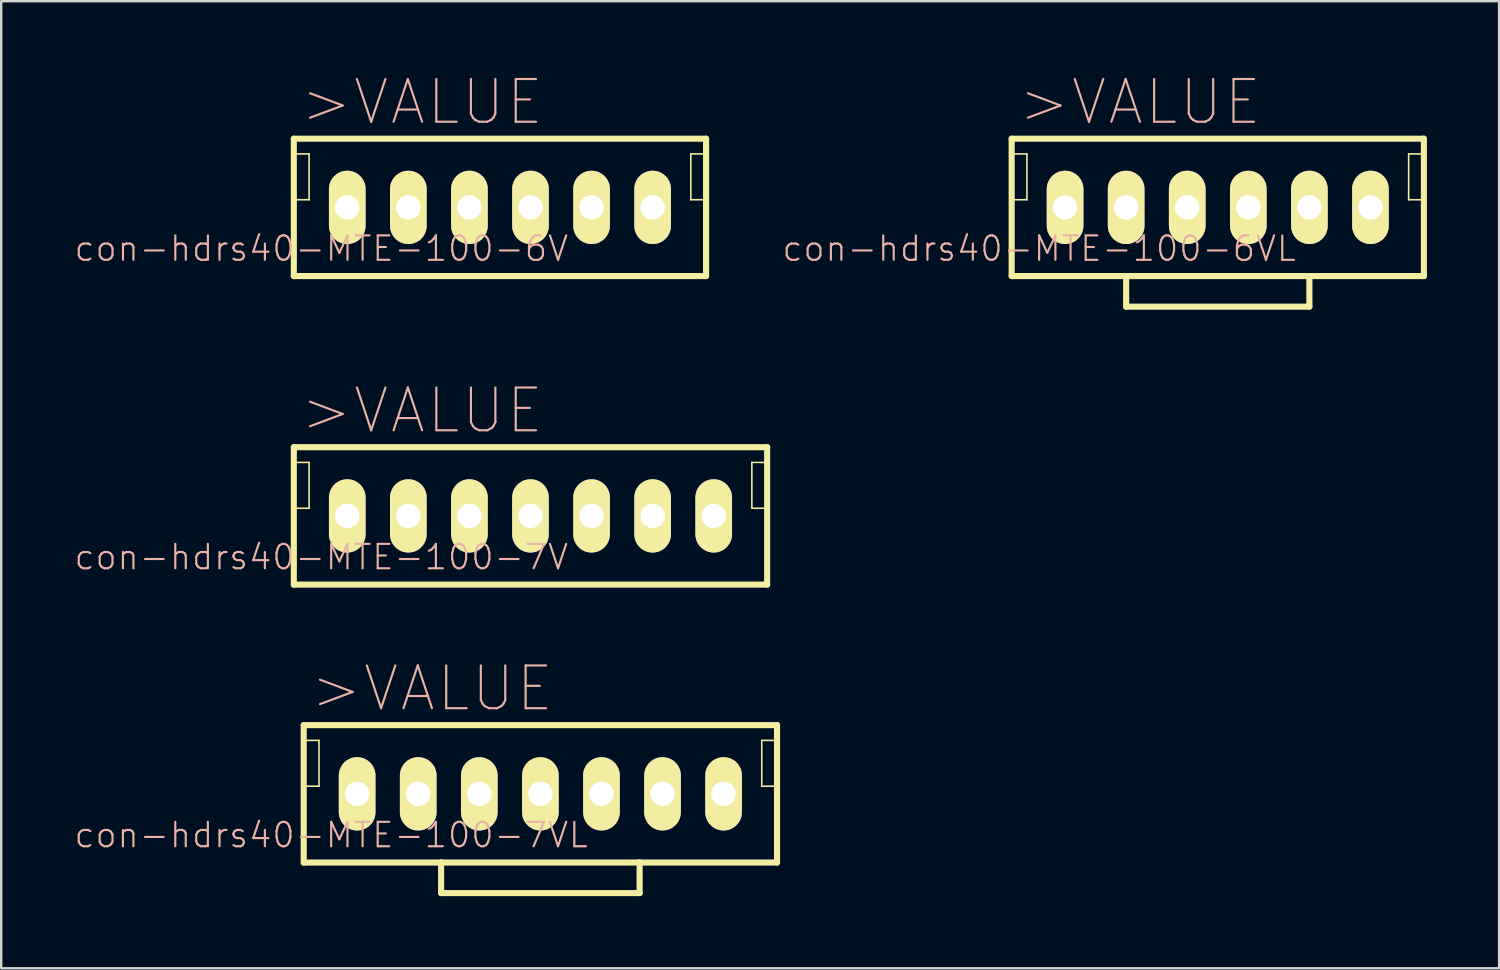
<source format=kicad_pcb>
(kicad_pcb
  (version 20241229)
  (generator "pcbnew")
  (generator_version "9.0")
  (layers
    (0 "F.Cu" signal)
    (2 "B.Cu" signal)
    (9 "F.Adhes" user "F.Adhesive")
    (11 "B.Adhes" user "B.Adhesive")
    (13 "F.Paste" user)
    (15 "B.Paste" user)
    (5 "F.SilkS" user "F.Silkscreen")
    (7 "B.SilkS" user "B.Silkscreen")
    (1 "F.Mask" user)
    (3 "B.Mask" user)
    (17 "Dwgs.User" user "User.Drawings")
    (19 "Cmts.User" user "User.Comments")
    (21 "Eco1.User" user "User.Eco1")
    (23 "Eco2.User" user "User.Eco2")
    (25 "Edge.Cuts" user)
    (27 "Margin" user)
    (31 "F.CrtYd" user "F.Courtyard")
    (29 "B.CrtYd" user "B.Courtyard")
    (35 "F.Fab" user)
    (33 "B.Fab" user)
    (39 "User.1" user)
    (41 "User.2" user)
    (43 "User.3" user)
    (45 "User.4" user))
  (footprint "con-hdrs40-MTE-100-7V"
    (layer "F.Cu")
    (at 19.012 18.405)
    (property "Reference" "con-hdrs40-MTE-100-7V" (at -8.7 1.714 0) (layer "B.SilkS") (effects (font (size 1.016 1.016) (thickness 0.089))))
    (attr exclude_from_pos_files exclude_from_bom)
    (fp_line (start -9.842 -2.857) (end -9.842 2.857) (stroke (width 0.254) (type solid)) (layer "F.SilkS"))
    (fp_line (start -9.842 -2.223) (end -9.207 -2.223) (stroke (width 0.066) (type solid)) (layer "F.SilkS"))
    (fp_line (start -9.842 -0.318) (end -9.842 -2.223) (stroke (width 0.066) (type solid)) (layer "F.SilkS"))
    (fp_line (start -9.842 -0.318) (end -9.207 -0.318) (stroke (width 0.066) (type solid)) (layer "F.SilkS"))
    (fp_line (start -9.842 2.857) (end 9.842 2.857) (stroke (width 0.254) (type solid)) (layer "F.SilkS"))
    (fp_line (start -9.207 -0.318) (end -9.207 -2.223) (stroke (width 0.066) (type solid)) (layer "F.SilkS"))
    (fp_line (start 9.207 -2.223) (end 9.842 -2.223) (stroke (width 0.066) (type solid)) (layer "F.SilkS"))
    (fp_line (start 9.207 -0.318) (end 9.207 -2.223) (stroke (width 0.066) (type solid)) (layer "F.SilkS"))
    (fp_line (start 9.207 -0.318) (end 9.842 -0.318) (stroke (width 0.066) (type solid)) (layer "F.SilkS"))
    (fp_line (start 9.842 -2.857) (end -9.842 -2.857) (stroke (width 0.254) (type solid)) (layer "F.SilkS"))
    (fp_line (start 9.842 -0.318) (end 9.842 -2.223) (stroke (width 0.066) (type solid)) (layer "F.SilkS"))
    (fp_line (start 9.842 2.857) (end 9.842 -2.857) (stroke (width 0.254) (type solid)) (layer "F.SilkS"))
    (fp_text user ">VALUE" (at -4.508 -4.379 0) (layer "B.SilkS") (effects (font (size 1.778 1.778) (thickness 0.089))))
    (pad "1" thru_hole oval (at -7.62 0) (size 1.524 3.048) (drill 1.016) (layers "*.Cu" "F.Mask" "F.SilkS" "F.Paste"))
    (pad "2" thru_hole oval (at -5.08 0) (size 1.524 3.048) (drill 1.016) (layers "*.Cu" "F.Mask" "F.SilkS" "F.Paste"))
    (pad "3" thru_hole oval (at -2.54 0) (size 1.524 3.048) (drill 1.016) (layers "*.Cu" "F.Mask" "F.SilkS" "F.Paste"))
    (pad "4" thru_hole oval (at 0 0) (size 1.524 3.048) (drill 1.016) (layers "*.Cu" "F.Mask" "F.SilkS" "F.Paste"))
    (pad "5" thru_hole oval (at 2.54 0) (size 1.524 3.048) (drill 1.016) (layers "*.Cu" "F.Mask" "F.SilkS" "F.Paste"))
    (pad "6" thru_hole oval (at 5.08 0) (size 1.524 3.048) (drill 1.016) (layers "*.Cu" "F.Mask" "F.SilkS" "F.Paste"))
    (pad "7" thru_hole oval (at 7.62 0) (size 1.524 3.048) (drill 1.016) (layers "*.Cu" "F.Mask" "F.SilkS" "F.Paste")))
  (footprint "con-hdrs40-MTE-100-7VL"
    (layer "F.Cu")
    (at 19.423 29.964)
    (property "Reference" "con-hdrs40-MTE-100-7VL" (at -8.7 1.714 0) (layer "B.SilkS") (effects (font (size 1.016 1.016) (thickness 0.089))))
    (attr exclude_from_pos_files exclude_from_bom)
    (fp_line (start -9.842 -2.857) (end -9.842 2.857) (stroke (width 0.254) (type solid)) (layer "F.SilkS"))
    (fp_line (start -9.842 -2.223) (end -9.207 -2.223) (stroke (width 0.066) (type solid)) (layer "F.SilkS"))
    (fp_line (start -9.842 -0.318) (end -9.842 -2.223) (stroke (width 0.066) (type solid)) (layer "F.SilkS"))
    (fp_line (start -9.842 -0.318) (end -9.207 -0.318) (stroke (width 0.066) (type solid)) (layer "F.SilkS"))
    (fp_line (start -9.842 2.857) (end -4.128 2.857) (stroke (width 0.254) (type solid)) (layer "F.SilkS"))
    (fp_line (start -9.207 -0.318) (end -9.207 -2.223) (stroke (width 0.066) (type solid)) (layer "F.SilkS"))
    (fp_line (start -4.128 2.857) (end 4.128 2.857) (stroke (width 0.254) (type solid)) (layer "F.SilkS"))
    (fp_line (start -4.128 4.128) (end -4.128 2.857) (stroke (width 0.254) (type solid)) (layer "F.SilkS"))
    (fp_line (start 4.128 2.857) (end 4.128 4.128) (stroke (width 0.254) (type solid)) (layer "F.SilkS"))
    (fp_line (start 4.128 2.857) (end 9.842 2.857) (stroke (width 0.254) (type solid)) (layer "F.SilkS"))
    (fp_line (start 4.128 4.128) (end -4.128 4.128) (stroke (width 0.254) (type solid)) (layer "F.SilkS"))
    (fp_line (start 9.207 -2.223) (end 9.842 -2.223) (stroke (width 0.066) (type solid)) (layer "F.SilkS"))
    (fp_line (start 9.207 -0.318) (end 9.207 -2.223) (stroke (width 0.066) (type solid)) (layer "F.SilkS"))
    (fp_line (start 9.207 -0.318) (end 9.842 -0.318) (stroke (width 0.066) (type solid)) (layer "F.SilkS"))
    (fp_line (start 9.842 -2.857) (end -9.842 -2.857) (stroke (width 0.254) (type solid)) (layer "F.SilkS"))
    (fp_line (start 9.842 -0.318) (end 9.842 -2.223) (stroke (width 0.066) (type solid)) (layer "F.SilkS"))
    (fp_line (start 9.842 2.857) (end 9.842 -2.857) (stroke (width 0.254) (type solid)) (layer "F.SilkS"))
    (fp_text user ">VALUE" (at -4.508 -4.379 0) (layer "B.SilkS") (effects (font (size 1.778 1.778) (thickness 0.089))))
    (pad "1" thru_hole oval (at -7.62 0) (size 1.524 3.048) (drill 1.016) (layers "*.Cu" "F.Mask" "F.SilkS" "F.Paste"))
    (pad "2" thru_hole oval (at -5.08 0) (size 1.524 3.048) (drill 1.016) (layers "*.Cu" "F.Mask" "F.SilkS" "F.Paste"))
    (pad "3" thru_hole oval (at -2.54 0) (size 1.524 3.048) (drill 1.016) (layers "*.Cu" "F.Mask" "F.SilkS" "F.Paste"))
    (pad "4" thru_hole oval (at 0 0) (size 1.524 3.048) (drill 1.016) (layers "*.Cu" "F.Mask" "F.SilkS" "F.Paste"))
    (pad "5" thru_hole oval (at 2.54 0) (size 1.524 3.048) (drill 1.016) (layers "*.Cu" "F.Mask" "F.SilkS" "F.Paste"))
    (pad "6" thru_hole oval (at 5.08 0) (size 1.524 3.048) (drill 1.016) (layers "*.Cu" "F.Mask" "F.SilkS" "F.Paste"))
    (pad "7" thru_hole oval (at 7.62 0) (size 1.524 3.048) (drill 1.016) (layers "*.Cu" "F.Mask" "F.SilkS" "F.Paste")))
  (footprint "con-hdrs40-MTE-100-6V"
    (layer "F.Cu")
    (at 17.742 5.575)
    (property "Reference" "con-hdrs40-MTE-100-6V" (at -7.429 1.714 0) (layer "B.SilkS") (effects (font (size 1.016 1.016) (thickness 0.089))))
    (attr exclude_from_pos_files exclude_from_bom)
    (fp_line (start -8.572 -2.857) (end -8.572 2.857) (stroke (width 0.254) (type solid)) (layer "F.SilkS"))
    (fp_line (start -8.572 -2.223) (end -7.938 -2.223) (stroke (width 0.066) (type solid)) (layer "F.SilkS"))
    (fp_line (start -8.572 -0.318) (end -8.572 -2.223) (stroke (width 0.066) (type solid)) (layer "F.SilkS"))
    (fp_line (start -8.572 -0.318) (end -7.938 -0.318) (stroke (width 0.066) (type solid)) (layer "F.SilkS"))
    (fp_line (start -8.572 2.857) (end 8.572 2.857) (stroke (width 0.254) (type solid)) (layer "F.SilkS"))
    (fp_line (start -7.938 -0.318) (end -7.938 -2.223) (stroke (width 0.066) (type solid)) (layer "F.SilkS"))
    (fp_line (start 7.938 -2.223) (end 8.572 -2.223) (stroke (width 0.066) (type solid)) (layer "F.SilkS"))
    (fp_line (start 7.938 -0.318) (end 7.938 -2.223) (stroke (width 0.066) (type solid)) (layer "F.SilkS"))
    (fp_line (start 7.938 -0.318) (end 8.572 -0.318) (stroke (width 0.066) (type solid)) (layer "F.SilkS"))
    (fp_line (start 8.572 -2.857) (end -8.572 -2.857) (stroke (width 0.254) (type solid)) (layer "F.SilkS"))
    (fp_line (start 8.572 -0.318) (end 8.572 -2.223) (stroke (width 0.066) (type solid)) (layer "F.SilkS"))
    (fp_line (start 8.572 2.857) (end 8.572 -2.857) (stroke (width 0.254) (type solid)) (layer "F.SilkS"))
    (fp_text user ">VALUE" (at -3.239 -4.379 0) (layer "B.SilkS") (effects (font (size 1.778 1.778) (thickness 0.089))))
    (pad "1" thru_hole oval (at -6.35 0) (size 1.524 3.048) (drill 1.016) (layers "*.Cu" "F.Mask" "F.SilkS" "F.Paste"))
    (pad "2" thru_hole oval (at -3.81 0) (size 1.524 3.048) (drill 1.016) (layers "*.Cu" "F.Mask" "F.SilkS" "F.Paste"))
    (pad "3" thru_hole oval (at -1.27 0) (size 1.524 3.048) (drill 1.016) (layers "*.Cu" "F.Mask" "F.SilkS" "F.Paste"))
    (pad "4" thru_hole oval (at 1.27 0) (size 1.524 3.048) (drill 1.016) (layers "*.Cu" "F.Mask" "F.SilkS" "F.Paste"))
    (pad "5" thru_hole oval (at 3.81 0) (size 1.524 3.048) (drill 1.016) (layers "*.Cu" "F.Mask" "F.SilkS" "F.Paste"))
    (pad "6" thru_hole oval (at 6.35 0) (size 1.524 3.048) (drill 1.016) (layers "*.Cu" "F.Mask" "F.SilkS" "F.Paste")))
  (footprint "con-hdrs40-MTE-100-6VL"
    (layer "F.Cu")
    (at 47.595 5.575)
    (property "Reference" "con-hdrs40-MTE-100-6VL" (at -7.429 1.714 0) (layer "B.SilkS") (effects (font (size 1.016 1.016) (thickness 0.089))))
    (attr exclude_from_pos_files exclude_from_bom)
    (fp_line (start -8.572 -2.857) (end -8.572 2.857) (stroke (width 0.254) (type solid)) (layer "F.SilkS"))
    (fp_line (start -8.572 -2.223) (end -7.938 -2.223) (stroke (width 0.066) (type solid)) (layer "F.SilkS"))
    (fp_line (start -8.572 -0.318) (end -8.572 -2.223) (stroke (width 0.066) (type solid)) (layer "F.SilkS"))
    (fp_line (start -8.572 -0.318) (end -7.938 -0.318) (stroke (width 0.066) (type solid)) (layer "F.SilkS"))
    (fp_line (start -8.572 2.857) (end -3.81 2.857) (stroke (width 0.254) (type solid)) (layer "F.SilkS"))
    (fp_line (start -7.938 -0.318) (end -7.938 -2.223) (stroke (width 0.066) (type solid)) (layer "F.SilkS"))
    (fp_line (start -3.81 2.857) (end 3.81 2.857) (stroke (width 0.254) (type solid)) (layer "F.SilkS"))
    (fp_line (start -3.81 4.128) (end -3.81 2.857) (stroke (width 0.254) (type solid)) (layer "F.SilkS"))
    (fp_line (start 3.81 2.857) (end 3.81 4.128) (stroke (width 0.254) (type solid)) (layer "F.SilkS"))
    (fp_line (start 3.81 2.857) (end 8.572 2.857) (stroke (width 0.254) (type solid)) (layer "F.SilkS"))
    (fp_line (start 3.81 4.128) (end -3.81 4.128) (stroke (width 0.254) (type solid)) (layer "F.SilkS"))
    (fp_line (start 7.938 -2.223) (end 8.572 -2.223) (stroke (width 0.066) (type solid)) (layer "F.SilkS"))
    (fp_line (start 7.938 -0.318) (end 7.938 -2.223) (stroke (width 0.066) (type solid)) (layer "F.SilkS"))
    (fp_line (start 7.938 -0.318) (end 8.572 -0.318) (stroke (width 0.066) (type solid)) (layer "F.SilkS"))
    (fp_line (start 8.572 -2.857) (end -8.572 -2.857) (stroke (width 0.254) (type solid)) (layer "F.SilkS"))
    (fp_line (start 8.572 -0.318) (end 8.572 -2.223) (stroke (width 0.066) (type solid)) (layer "F.SilkS"))
    (fp_line (start 8.572 2.857) (end 8.572 -2.857) (stroke (width 0.254) (type solid)) (layer "F.SilkS"))
    (fp_text user ">VALUE" (at -3.239 -4.379 0) (layer "B.SilkS") (effects (font (size 1.778 1.778) (thickness 0.089))))
    (pad "1" thru_hole oval (at -6.35 0) (size 1.524 3.048) (drill 1.016) (layers "*.Cu" "F.Mask" "F.SilkS" "F.Paste"))
    (pad "2" thru_hole oval (at -3.81 0) (size 1.524 3.048) (drill 1.016) (layers "*.Cu" "F.Mask" "F.SilkS" "F.Paste"))
    (pad "3" thru_hole oval (at -1.27 0) (size 1.524 3.048) (drill 1.016) (layers "*.Cu" "F.Mask" "F.SilkS" "F.Paste"))
    (pad "4" thru_hole oval (at 1.27 0) (size 1.524 3.048) (drill 1.016) (layers "*.Cu" "F.Mask" "F.SilkS" "F.Paste"))
    (pad "5" thru_hole oval (at 3.81 0) (size 1.524 3.048) (drill 1.016) (layers "*.Cu" "F.Mask" "F.SilkS" "F.Paste"))
    (pad "6" thru_hole oval (at 6.35 0) (size 1.524 3.048) (drill 1.016) (layers "*.Cu" "F.Mask" "F.SilkS" "F.Paste")))
  (gr_rect
    (start -3 -3)
    (end 59.295 37.219)
    (stroke (width 0.1) (type default))
    (fill no)
    (layer "Edge.Cuts")))
</source>
